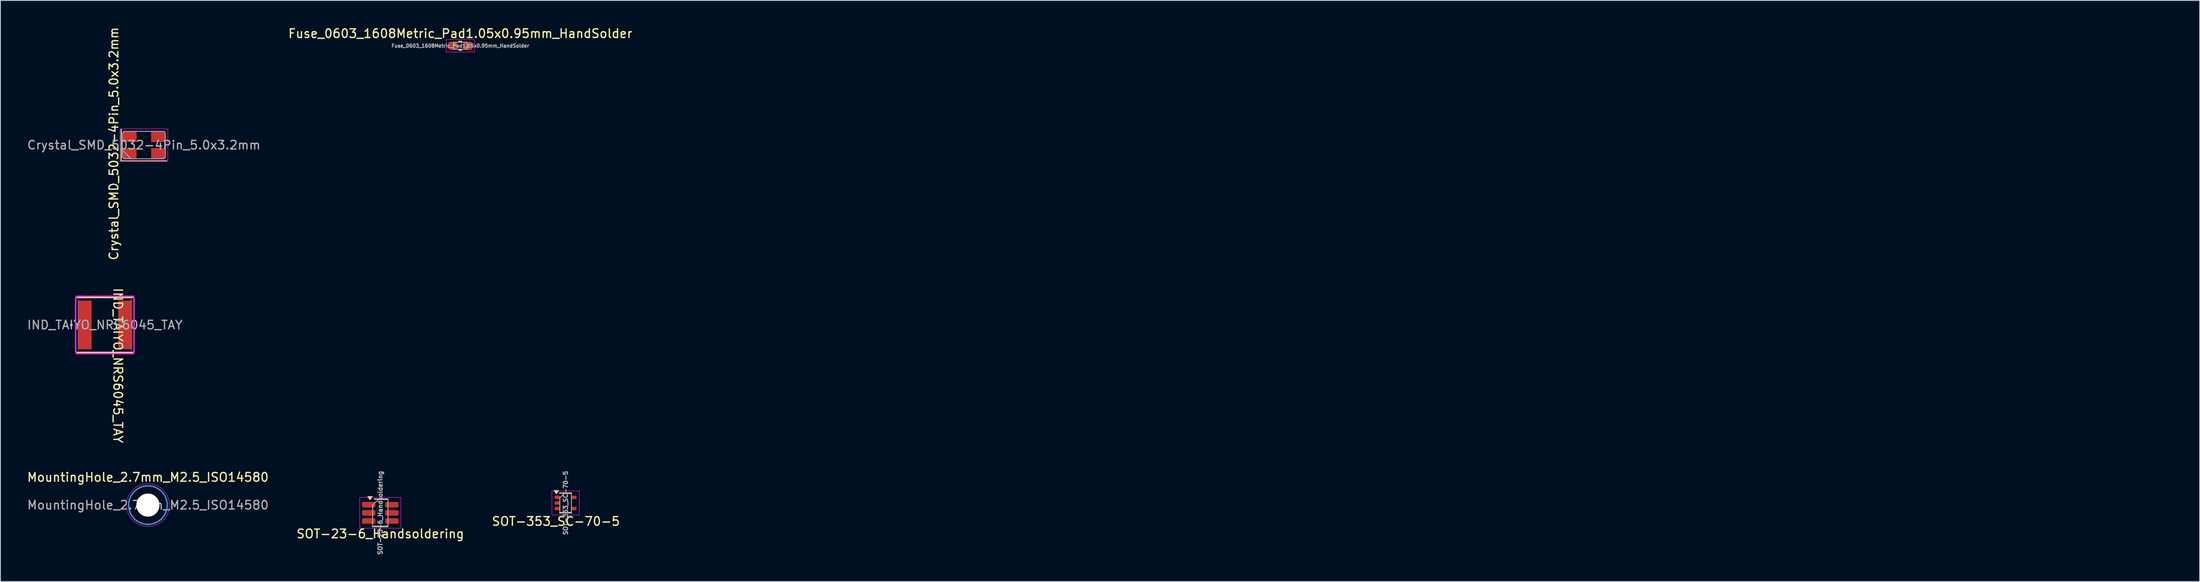
<source format=kicad_pcb>
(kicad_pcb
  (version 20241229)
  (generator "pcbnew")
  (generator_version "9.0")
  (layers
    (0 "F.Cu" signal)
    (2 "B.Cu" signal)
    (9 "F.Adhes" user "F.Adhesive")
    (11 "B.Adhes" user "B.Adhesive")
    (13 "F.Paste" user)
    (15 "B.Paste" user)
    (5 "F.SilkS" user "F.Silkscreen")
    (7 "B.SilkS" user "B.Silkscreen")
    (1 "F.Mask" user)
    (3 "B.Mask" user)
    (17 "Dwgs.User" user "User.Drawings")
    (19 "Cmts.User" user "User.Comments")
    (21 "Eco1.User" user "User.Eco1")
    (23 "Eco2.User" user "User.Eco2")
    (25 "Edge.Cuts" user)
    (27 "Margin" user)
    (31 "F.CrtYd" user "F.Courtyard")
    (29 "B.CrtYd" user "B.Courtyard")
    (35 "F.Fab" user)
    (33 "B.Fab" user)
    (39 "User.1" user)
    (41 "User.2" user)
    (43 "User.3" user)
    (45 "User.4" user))
  (footprint "Crystal_SMD_5032-4Pin_5.0x3.2mm"
    (layer "F.Cu")
    (at 13.726 13.889)
    (property "Reference" "Crystal_SMD_5032-4Pin_5.0x3.2mm" (at -3.5 -0.163 90) (layer "F.SilkS") (effects (font (size 1.016 1) (thickness 0.154))))
    (attr smd)
    (fp_line (start -2.65 -1.85) (end -2.65 1.85) (stroke (width 0.12) (type solid)) (layer "F.SilkS"))
    (fp_line (start -2.65 1.85) (end 2.65 1.85) (stroke (width 0.12) (type solid)) (layer "F.SilkS"))
    (fp_line (start -2.8 -1.9) (end -2.8 1.9) (stroke (width 0.05) (type solid)) (layer "F.CrtYd"))
    (fp_line (start -2.8 1.9) (end 2.8 1.9) (stroke (width 0.05) (type solid)) (layer "F.CrtYd"))
    (fp_line (start 2.8 -1.9) (end -2.8 -1.9) (stroke (width 0.05) (type solid)) (layer "F.CrtYd"))
    (fp_line (start 2.8 1.9) (end 2.8 -1.9) (stroke (width 0.05) (type solid)) (layer "F.CrtYd"))
    (fp_line (start -2.5 -1.4) (end -2.3 -1.6) (stroke (width 0.1) (type solid)) (layer "F.Fab"))
    (fp_line (start -2.5 0.6) (end -1.5 1.6) (stroke (width 0.1) (type solid)) (layer "F.Fab"))
    (fp_line (start -2.5 1.4) (end -2.5 -1.4) (stroke (width 0.1) (type solid)) (layer "F.Fab"))
    (fp_line (start -2.3 -1.6) (end 2.3 -1.6) (stroke (width 0.1) (type solid)) (layer "F.Fab"))
    (fp_line (start -2.3 1.6) (end -2.5 1.4) (stroke (width 0.1) (type solid)) (layer "F.Fab"))
    (fp_line (start 2.3 -1.6) (end 2.5 -1.4) (stroke (width 0.1) (type solid)) (layer "F.Fab"))
    (fp_line (start 2.3 1.6) (end -2.3 1.6) (stroke (width 0.1) (type solid)) (layer "F.Fab"))
    (fp_line (start 2.5 -1.4) (end 2.5 1.4) (stroke (width 0.1) (type solid)) (layer "F.Fab"))
    (fp_line (start 2.5 1.4) (end 2.3 1.6) (stroke (width 0.1) (type solid)) (layer "F.Fab"))
    (fp_text user "${REFERENCE}" (at 0 0 180) (layer "F.Fab") (effects (font (size 1 1) (thickness 0.154))))
    (pad "1" smd rect (at -1.65 1) (size 1.6 1.3) (layers "F.Cu" "F.Mask" "F.Paste"))
    (pad "2" smd rect (at 1.65 1) (size 1.6 1.3) (layers "F.Cu" "F.Mask" "F.Paste"))
    (pad "3" smd rect (at 1.65 -1) (size 1.6 1.3) (layers "F.Cu" "F.Mask" "F.Paste"))
    (pad "4" smd rect (at -1.65 -1) (size 1.6 1.3) (layers "F.Cu" "F.Mask" "F.Paste")))
  (footprint "SOT-23-6_Handsoldering"
    (layer "F.Cu")
    (at 41.298 56.828)
    (property "Reference" "SOT-23-6_Handsoldering" (at 0 2.45 0) (layer "F.SilkS") (effects (font (size 1.016 1) (thickness 0.154))))
    (attr smd)
    (fp_line (start -0.9 1.61) (end 0.9 1.61) (stroke (width 0.12) (type solid)) (layer "F.SilkS"))
    (fp_line (start 0.1 -1.61) (end -0.7 -1.61) (stroke (width 0.12) (type solid)) (layer "F.SilkS"))
    (fp_line (start 0.1 -1.61) (end 0.9 -1.61) (stroke (width 0.12) (type solid)) (layer "F.SilkS"))
    (fp_poly (pts (xy -1.2 -1.56) (xy -1.44 -1.89) (xy -0.96 -1.89) (xy -1.2 -1.56)) (stroke (width 0.12) (type solid)) (fill yes) (layer "F.SilkS"))
    (fp_line (start -2.4 -1.8) (end 2.4 -1.8) (stroke (width 0.05) (type solid)) (layer "F.CrtYd"))
    (fp_line (start -2.4 1.8) (end -2.4 -1.8) (stroke (width 0.05) (type solid)) (layer "F.CrtYd"))
    (fp_line (start 2.4 -1.8) (end 2.4 1.8) (stroke (width 0.05) (type solid)) (layer "F.CrtYd"))
    (fp_line (start 2.4 1.8) (end -2.4 1.8) (stroke (width 0.05) (type solid)) (layer "F.CrtYd"))
    (fp_line (start -0.9 -0.9) (end -0.9 1.55) (stroke (width 0.1) (type solid)) (layer "F.Fab"))
    (fp_line (start -0.9 -0.9) (end -0.25 -1.55) (stroke (width 0.1) (type solid)) (layer "F.Fab"))
    (fp_line (start 0.9 -1.55) (end -0.25 -1.55) (stroke (width 0.1) (type solid)) (layer "F.Fab"))
    (fp_line (start 0.9 -1.55) (end 0.9 1.55) (stroke (width 0.1) (type solid)) (layer "F.Fab"))
    (fp_line (start 0.9 1.55) (end -0.9 1.55) (stroke (width 0.1) (type solid)) (layer "F.Fab"))
    (fp_text user "${REFERENCE}" (at 0 0 90) (layer "F.Fab") (effects (font (size 0.5 0.5) (thickness 0.154))))
    (pad "1" smd roundrect (at -1.35 -0.95) (size 1.56 0.65) (layers "F.Cu" "F.Mask" "F.Paste") (roundrect_rratio 0.25))
    (pad "2" smd roundrect (at -1.35 0) (size 1.56 0.65) (layers "F.Cu" "F.Mask" "F.Paste") (roundrect_rratio 0.25))
    (pad "3" smd roundrect (at -1.35 0.95) (size 1.56 0.65) (layers "F.Cu" "F.Mask" "F.Paste") (roundrect_rratio 0.25))
    (pad "4" smd roundrect (at 1.35 0.95) (size 1.56 0.65) (layers "F.Cu" "F.Mask" "F.Paste") (roundrect_rratio 0.25))
    (pad "5" smd roundrect (at 1.35 0) (size 1.56 0.65) (layers "F.Cu" "F.Mask" "F.Paste") (roundrect_rratio 0.25))
    (pad "6" smd roundrect (at 1.35 -0.95) (size 1.56 0.65) (layers "F.Cu" "F.Mask" "F.Paste") (roundrect_rratio 0.25)))
  (footprint "Fuse_0603_1608Metric_Pad1.05x0.95mm_HandSolder"
    (layer "F.Cu")
    (at 50.631 2.295)
    (property "Reference" "Fuse_0603_1608Metric_Pad1.05x0.95mm_HandSolder" (at 0 -1.43 0) (layer "F.SilkS") (effects (font (size 1.016 1) (thickness 0.154))))
    (attr smd)
    (fp_line (start -0.171 -0.51) (end 0.171 -0.51) (stroke (width 0.12) (type solid)) (layer "F.SilkS"))
    (fp_line (start -0.171 0.51) (end 0.171 0.51) (stroke (width 0.12) (type solid)) (layer "F.SilkS"))
    (fp_line (start -1.65 -0.73) (end 1.65 -0.73) (stroke (width 0.05) (type solid)) (layer "F.CrtYd"))
    (fp_line (start -1.65 0.73) (end -1.65 -0.73) (stroke (width 0.05) (type solid)) (layer "F.CrtYd"))
    (fp_line (start 1.65 -0.73) (end 1.65 0.73) (stroke (width 0.05) (type solid)) (layer "F.CrtYd"))
    (fp_line (start 1.65 0.73) (end -1.65 0.73) (stroke (width 0.05) (type solid)) (layer "F.CrtYd"))
    (fp_line (start -0.8 -0.4) (end 0.8 -0.4) (stroke (width 0.1) (type solid)) (layer "F.Fab"))
    (fp_line (start -0.8 0.4) (end -0.8 -0.4) (stroke (width 0.1) (type solid)) (layer "F.Fab"))
    (fp_line (start 0.8 -0.4) (end 0.8 0.4) (stroke (width 0.1) (type solid)) (layer "F.Fab"))
    (fp_line (start 0.8 0.4) (end -0.8 0.4) (stroke (width 0.1) (type solid)) (layer "F.Fab"))
    (fp_text user "${REFERENCE}" (at 0 0 0) (layer "F.Fab") (effects (font (size 0.4 0.4) (thickness 0.154))))
    (pad "1" smd roundrect (at -0.875 0) (size 1.05 0.95) (layers "F.Cu" "F.Mask" "F.Paste") (roundrect_rratio 0.25))
    (pad "2" smd roundrect (at 0.875 0) (size 1.05 0.95) (layers "F.Cu" "F.Mask" "F.Paste") (roundrect_rratio 0.25)))
  (footprint "SOT-353_SC-70-5"
    (layer "F.Cu")
    (at 62.912 55.673)
    (property "Reference" "SOT-353_SC-70-5" (at -1.137 2.15 0) (layer "F.SilkS") (effects (font (size 1.016 1) (thickness 0.154))))
    (attr smd)
    (fp_line (start -0.71 -1.16) (end 0.7 -1.16) (stroke (width 0.12) (type solid)) (layer "F.SilkS"))
    (fp_line (start -0.7 1.16) (end 0.7 1.16) (stroke (width 0.12) (type solid)) (layer "F.SilkS"))
    (fp_poly (pts (xy -1.08 -1.11) (xy -1.32 -1.44) (xy -0.84 -1.44) (xy -1.08 -1.11)) (stroke (width 0.12) (type solid)) (fill yes) (layer "F.SilkS"))
    (fp_line (start -1.6 -1.4) (end -1.6 1.4) (stroke (width 0.05) (type solid)) (layer "F.CrtYd"))
    (fp_line (start -1.6 -1.4) (end 1.6 -1.4) (stroke (width 0.05) (type solid)) (layer "F.CrtYd"))
    (fp_line (start -1.6 1.4) (end 1.6 1.4) (stroke (width 0.05) (type solid)) (layer "F.CrtYd"))
    (fp_line (start 1.6 1.4) (end 1.6 -1.4) (stroke (width 0.05) (type solid)) (layer "F.CrtYd"))
    (fp_line (start -0.675 -0.6) (end -0.675 1.1) (stroke (width 0.1) (type solid)) (layer "F.Fab"))
    (fp_line (start -0.175 -1.1) (end -0.675 -0.6) (stroke (width 0.1) (type solid)) (layer "F.Fab"))
    (fp_line (start 0.675 -1.1) (end -0.175 -1.1) (stroke (width 0.1) (type solid)) (layer "F.Fab"))
    (fp_line (start 0.675 -1.1) (end 0.675 1.1) (stroke (width 0.1) (type solid)) (layer "F.Fab"))
    (fp_line (start 0.675 1.1) (end -0.675 1.1) (stroke (width 0.1) (type solid)) (layer "F.Fab"))
    (fp_text user "${REFERENCE}" (at 0 0 90) (layer "F.Fab") (effects (font (size 0.5 0.5) (thickness 0.154))))
    (pad "1" smd roundrect (at -0.95 -0.65) (size 0.65 0.4) (layers "F.Cu" "F.Mask" "F.Paste") (roundrect_rratio 0.25))
    (pad "2" smd roundrect (at -0.95 0) (size 0.65 0.4) (layers "F.Cu" "F.Mask" "F.Paste") (roundrect_rratio 0.25))
    (pad "3" smd roundrect (at -0.95 0.65) (size 0.65 0.4) (layers "F.Cu" "F.Mask" "F.Paste") (roundrect_rratio 0.25))
    (pad "4" smd roundrect (at 0.95 0.65) (size 0.65 0.4) (layers "F.Cu" "F.Mask" "F.Paste") (roundrect_rratio 0.25))
    (pad "5" smd roundrect (at 0.95 -0.65) (size 0.65 0.4) (layers "F.Cu" "F.Mask" "F.Paste") (roundrect_rratio 0.25)))
  (footprint "IND_TAIYO_NRS6045_TAY"
    (layer "F.Cu")
    (at 9.179 34.891)
    (property "Reference" "IND_TAIYO_NRS6045_TAY" (at 1.52 4.74 270) (unlocked yes) (layer "F.SilkS") (effects (font (size 1.016 1) (thickness 0.154))))
    (attr smd)
    (fp_line (start -3.226 3.226) (end 3.226 3.226) (stroke (width 0.152) (type solid)) (layer "F.SilkS"))
    (fp_line (start 3.226 -3.226) (end -3.226 -3.226) (stroke (width 0.152) (type solid)) (layer "F.SilkS"))
    (fp_circle (center -3.912 0) (end -3.835 0) (stroke (width 0.152) (type solid)) (fill no) (layer "F.SilkS"))
    (fp_line (start -3.404 -3.099) (end -3.353 -3.099) (stroke (width 0.152) (type solid)) (layer "F.CrtYd"))
    (fp_line (start -3.404 3.099) (end -3.404 -3.099) (stroke (width 0.152) (type solid)) (layer "F.CrtYd"))
    (fp_line (start -3.353 -3.353) (end 3.353 -3.353) (stroke (width 0.152) (type solid)) (layer "F.CrtYd"))
    (fp_line (start -3.353 -3.099) (end -3.353 -3.353) (stroke (width 0.152) (type solid)) (layer "F.CrtYd"))
    (fp_line (start -3.353 3.099) (end -3.404 3.099) (stroke (width 0.152) (type solid)) (layer "F.CrtYd"))
    (fp_line (start -3.353 3.353) (end -3.353 3.099) (stroke (width 0.152) (type solid)) (layer "F.CrtYd"))
    (fp_line (start 3.353 -3.353) (end 3.353 -3.099) (stroke (width 0.152) (type solid)) (layer "F.CrtYd"))
    (fp_line (start 3.353 -3.099) (end 3.404 -3.099) (stroke (width 0.152) (type solid)) (layer "F.CrtYd"))
    (fp_line (start 3.353 3.099) (end 3.353 3.353) (stroke (width 0.152) (type solid)) (layer "F.CrtYd"))
    (fp_line (start 3.353 3.353) (end -3.353 3.353) (stroke (width 0.152) (type solid)) (layer "F.CrtYd"))
    (fp_line (start 3.404 -3.099) (end 3.404 3.099) (stroke (width 0.152) (type solid)) (layer "F.CrtYd"))
    (fp_line (start 3.404 3.099) (end 3.353 3.099) (stroke (width 0.152) (type solid)) (layer "F.CrtYd"))
    (fp_line (start -3.099 -3.099) (end -3.099 3.099) (stroke (width 0.025) (type solid)) (layer "F.Fab"))
    (fp_line (start -3.099 3.099) (end 3.099 3.099) (stroke (width 0.025) (type solid)) (layer "F.Fab"))
    (fp_line (start 3.099 -3.099) (end -3.099 -3.099) (stroke (width 0.025) (type solid)) (layer "F.Fab"))
    (fp_line (start 3.099 3.099) (end 3.099 -3.099) (stroke (width 0.025) (type solid)) (layer "F.Fab"))
    (fp_circle (center -3.023 0) (end -2.946 0) (stroke (width 0.025) (type solid)) (fill no) (layer "F.Fab"))
    (fp_text user "${REFERENCE}" (at 0 0 0) (unlocked yes) (layer "F.Fab") (effects (font (size 1 1) (thickness 0.154))))
    (pad "1" smd rect (at -2.349 0) (size 1.6 5.69) (layers "F.Cu" "F.Mask" "F.Paste"))
    (pad "2" smd rect (at 2.349 0) (size 1.6 5.69) (layers "F.Cu" "F.Mask" "F.Paste"))
    (zone (net_name "") (layer "F.Cu") (hatch full 0.508) (connect_pads) (min_thickness 0.254) (filled_areas_thickness no) (keepout (tracks not_allowed) (vias not_allowed) (pads allowed) (copperpour not_allowed) (footprints allowed)) (placement (enabled no)) (fill) (polygon (pts (xy 247.48 30.843) (xy 250.477 30.843) (xy 250.477 36.939) (xy 247.48 36.939)))))
  (footprint "MountingHole_2.7mm_M2.5_ISO14580"
    (layer "F.Cu")
    (at 14.202 55.924)
    (property "Reference" "MountingHole_2.7mm_M2.5_ISO14580" (at 0 -3.25 0) (layer "F.SilkS") (effects (font (size 1.016 1) (thickness 0.154))))
    (attr exclude_from_pos_files exclude_from_bom)
    (fp_circle (center 0 0) (end 2.25 0) (stroke (width 0.15) (type solid)) (fill no) (layer "Cmts.User"))
    (fp_circle (center 0 0) (end 2.5 0) (stroke (width 0.05) (type solid)) (fill no) (layer "F.CrtYd"))
    (fp_text user "${REFERENCE}" (at 0 0 0) (layer "F.Fab") (effects (font (size 1 1) (thickness 0.154))))
    (pad "" np_thru_hole circle (at 0 0) (size 2.7 2.7) (drill 2.7) (layers "*.Cu" "*.Mask")))
  (gr_rect
    (start -3 -3)
    (end 253.477 64.847)
    (stroke (width 0.1) (type default))
    (fill no)
    (layer "Edge.Cuts")))
</source>
